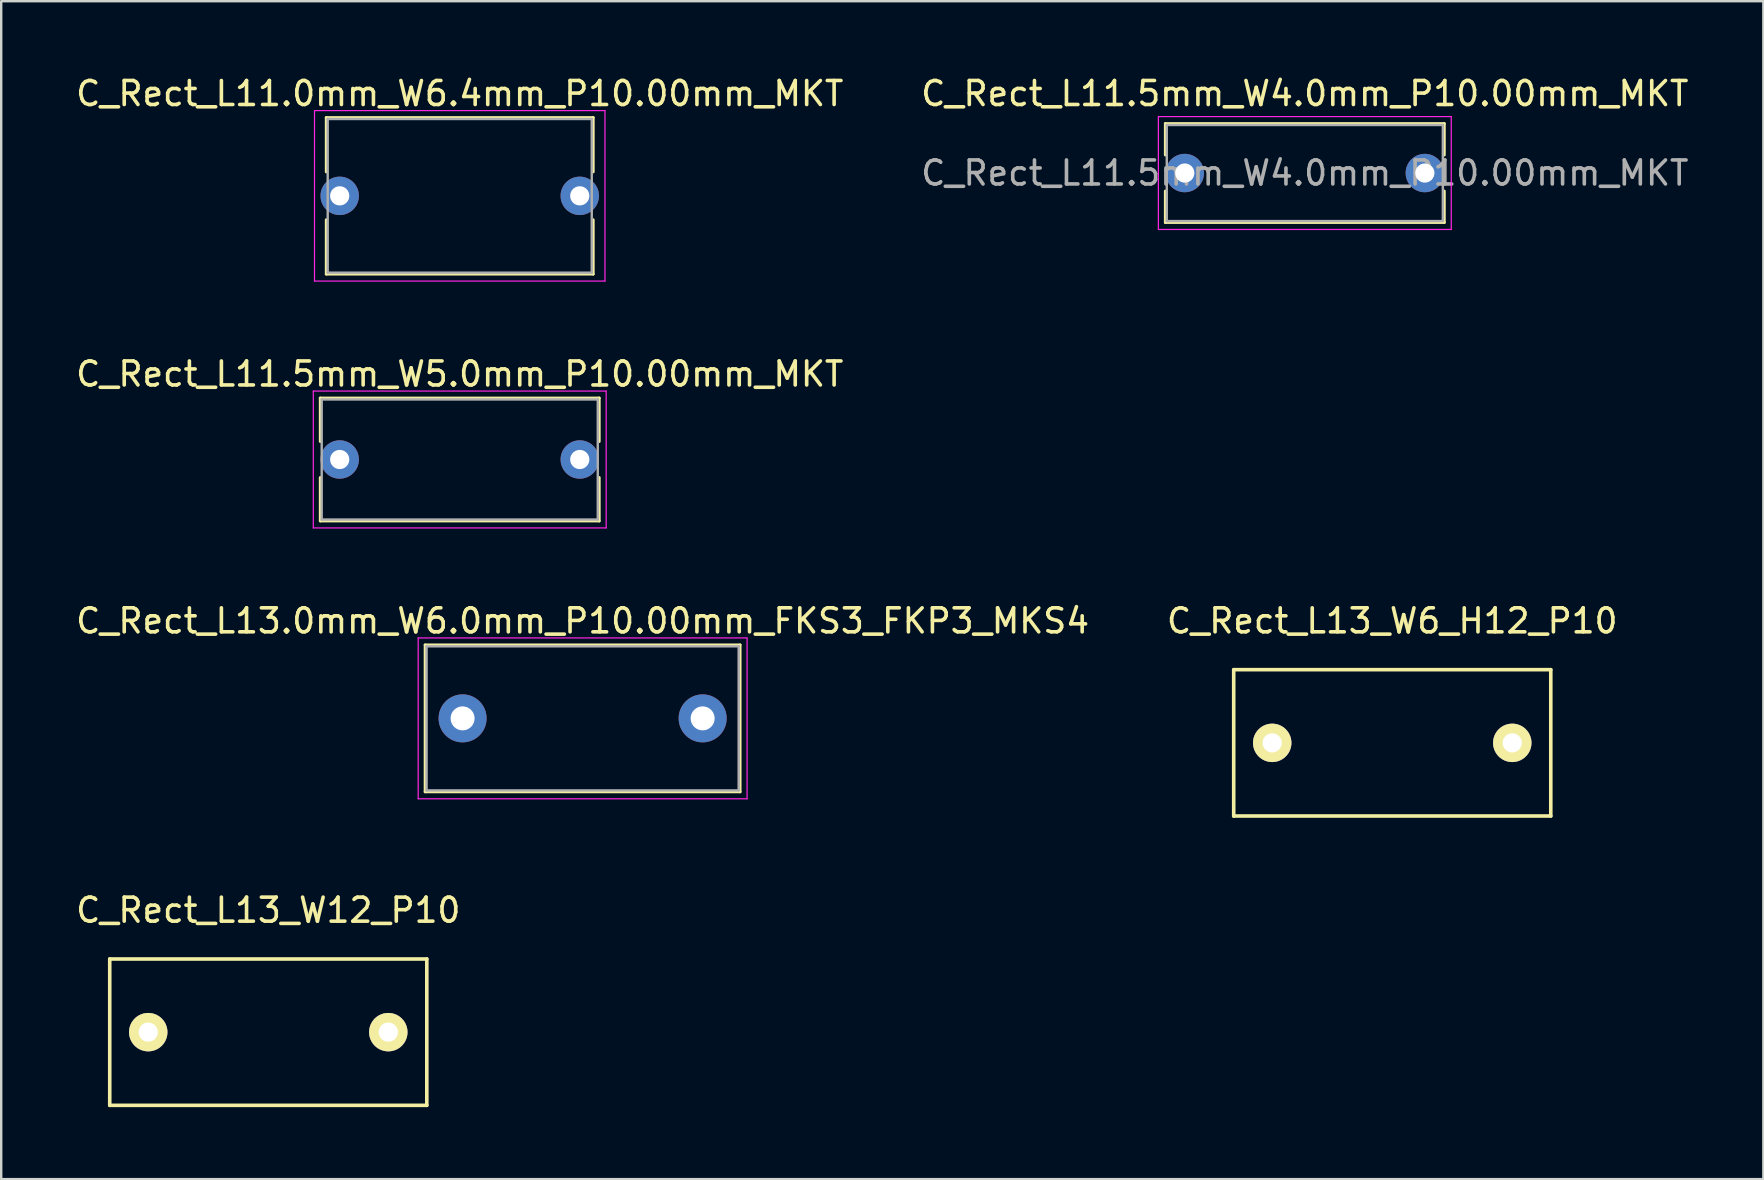
<source format=kicad_pcb>
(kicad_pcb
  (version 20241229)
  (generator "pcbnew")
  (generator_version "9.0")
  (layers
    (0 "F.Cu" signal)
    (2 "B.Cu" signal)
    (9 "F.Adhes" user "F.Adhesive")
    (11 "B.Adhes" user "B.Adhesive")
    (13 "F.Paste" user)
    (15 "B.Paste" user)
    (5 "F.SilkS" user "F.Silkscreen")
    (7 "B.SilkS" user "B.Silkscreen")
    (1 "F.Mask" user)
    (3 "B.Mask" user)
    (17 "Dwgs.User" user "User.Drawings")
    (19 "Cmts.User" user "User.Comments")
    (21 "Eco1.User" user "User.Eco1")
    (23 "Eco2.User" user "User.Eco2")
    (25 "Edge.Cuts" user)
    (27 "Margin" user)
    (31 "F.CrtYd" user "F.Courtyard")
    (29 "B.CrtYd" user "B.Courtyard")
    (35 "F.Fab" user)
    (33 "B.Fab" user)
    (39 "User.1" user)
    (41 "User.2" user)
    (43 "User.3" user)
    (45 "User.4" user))
  (footprint "C_Rect_L13_W12_P10"
    (layer "F.Cu")
    (at 8.125 39.946)
    (property "Reference" "C_Rect_L13_W12_P10" (at 0 -5.08 0) (layer "F.SilkS") (effects (font (size 1 1) (thickness 0.15))))
    (attr through_hole)
    (fp_line (start -6.604 -3.048) (end -6.604 3.048) (stroke (width 0.15) (type solid)) (layer "F.SilkS"))
    (fp_line (start -6.604 3.048) (end 6.604 3.048) (stroke (width 0.15) (type solid)) (layer "F.SilkS"))
    (fp_line (start 6.604 -3.048) (end -6.604 -3.048) (stroke (width 0.15) (type solid)) (layer "F.SilkS"))
    (fp_line (start 6.604 3.048) (end 6.604 -3.048) (stroke (width 0.15) (type solid)) (layer "F.SilkS"))
    (pad "1" thru_hole circle (at -5 0) (size 1.6 1.6) (drill 0.8) (layers "*.Cu" "*.Mask" "F.SilkS"))
    (pad "2" thru_hole circle (at 5 0) (size 1.6 1.6) (drill 0.8) (layers "*.Cu" "*.Mask" "F.SilkS")))
  (footprint "C_Rect_L11.5mm_W4.0mm_P10.00mm_MKT"
    (layer "F.Cu")
    (at 46.304 4.158)
    (property "Reference" "C_Rect_L11.5mm_W4.0mm_P10.00mm_MKT" (at 5 -3.31 0) (layer "F.SilkS") (effects (font (size 1 1) (thickness 0.15))))
    (attr through_hole)
    (fp_line (start -0.81 -2.06) (end -0.81 -0.75) (stroke (width 0.12) (type solid)) (layer "F.SilkS"))
    (fp_line (start -0.81 -2.06) (end 10.81 -2.06) (stroke (width 0.12) (type solid)) (layer "F.SilkS"))
    (fp_line (start -0.81 0.75) (end -0.81 2.06) (stroke (width 0.12) (type solid)) (layer "F.SilkS"))
    (fp_line (start -0.81 2.06) (end 10.81 2.06) (stroke (width 0.12) (type solid)) (layer "F.SilkS"))
    (fp_line (start 10.81 -2.06) (end 10.81 -0.75) (stroke (width 0.12) (type solid)) (layer "F.SilkS"))
    (fp_line (start 10.81 0.75) (end 10.81 2.06) (stroke (width 0.12) (type solid)) (layer "F.SilkS"))
    (fp_line (start -1.1 -2.35) (end -1.1 2.35) (stroke (width 0.05) (type solid)) (layer "F.CrtYd"))
    (fp_line (start -1.1 2.35) (end 11.1 2.35) (stroke (width 0.05) (type solid)) (layer "F.CrtYd"))
    (fp_line (start 11.1 -2.35) (end -1.1 -2.35) (stroke (width 0.05) (type solid)) (layer "F.CrtYd"))
    (fp_line (start 11.1 2.35) (end 11.1 -2.35) (stroke (width 0.05) (type solid)) (layer "F.CrtYd"))
    (fp_line (start -0.75 -2) (end -0.75 2) (stroke (width 0.1) (type solid)) (layer "F.Fab"))
    (fp_line (start -0.75 2) (end 10.75 2) (stroke (width 0.1) (type solid)) (layer "F.Fab"))
    (fp_line (start 10.75 -2) (end -0.75 -2) (stroke (width 0.1) (type solid)) (layer "F.Fab"))
    (fp_line (start 10.75 2) (end 10.75 -2) (stroke (width 0.1) (type solid)) (layer "F.Fab"))
    (fp_text user "${REFERENCE}" (at 5 0 0) (layer "F.Fab") (effects (font (size 1 1) (thickness 0.15))))
    (pad "1" thru_hole circle (at 0 0) (size 1.6 1.6) (drill 0.8) (layers "*.Cu" "*.Mask"))
    (pad "2" thru_hole circle (at 10 0) (size 1.6 1.6) (drill 0.8) (layers "*.Cu" "*.Mask")))
  (footprint "C_Rect_L13.0mm_W6.0mm_P10.00mm_FKS3_FKP3_MKS4"
    (layer "F.Cu")
    (at 16.22 26.875)
    (property "Reference" "C_Rect_L13.0mm_W6.0mm_P10.00mm_FKS3_FKP3_MKS4" (at 5 -4.06 0) (layer "F.SilkS") (effects (font (size 1 1) (thickness 0.15))))
    (attr through_hole)
    (fp_line (start -1.56 -3.06) (end -1.56 3.06) (stroke (width 0.12) (type solid)) (layer "F.SilkS"))
    (fp_line (start -1.56 -3.06) (end 11.56 -3.06) (stroke (width 0.12) (type solid)) (layer "F.SilkS"))
    (fp_line (start -1.56 3.06) (end 11.56 3.06) (stroke (width 0.12) (type solid)) (layer "F.SilkS"))
    (fp_line (start 11.56 -3.06) (end 11.56 3.06) (stroke (width 0.12) (type solid)) (layer "F.SilkS"))
    (fp_line (start -1.85 -3.35) (end -1.85 3.35) (stroke (width 0.05) (type solid)) (layer "F.CrtYd"))
    (fp_line (start -1.85 3.35) (end 11.85 3.35) (stroke (width 0.05) (type solid)) (layer "F.CrtYd"))
    (fp_line (start 11.85 -3.35) (end -1.85 -3.35) (stroke (width 0.05) (type solid)) (layer "F.CrtYd"))
    (fp_line (start 11.85 3.35) (end 11.85 -3.35) (stroke (width 0.05) (type solid)) (layer "F.CrtYd"))
    (fp_line (start -1.5 -3) (end -1.5 3) (stroke (width 0.1) (type solid)) (layer "F.Fab"))
    (fp_line (start -1.5 3) (end 11.5 3) (stroke (width 0.1) (type solid)) (layer "F.Fab"))
    (fp_line (start 11.5 -3) (end -1.5 -3) (stroke (width 0.1) (type solid)) (layer "F.Fab"))
    (fp_line (start 11.5 3) (end 11.5 -3) (stroke (width 0.1) (type solid)) (layer "F.Fab"))
    (pad "1" thru_hole circle (at 0 0) (size 2 2) (drill 1) (layers "*.Cu" "*.Mask"))
    (pad "2" thru_hole circle (at 10 0) (size 2 2) (drill 1) (layers "*.Cu" "*.Mask")))
  (footprint "C_Rect_L11.0mm_W6.4mm_P10.00mm_MKT"
    (layer "F.Cu")
    (at 11.101 5.108)
    (property "Reference" "C_Rect_L11.0mm_W6.4mm_P10.00mm_MKT" (at 5 -4.26 0) (layer "F.SilkS") (effects (font (size 1 1) (thickness 0.15))))
    (attr through_hole)
    (fp_line (start -0.56 -3.26) (end -0.56 -0.996) (stroke (width 0.12) (type solid)) (layer "F.SilkS"))
    (fp_line (start -0.56 -3.26) (end 10.56 -3.26) (stroke (width 0.12) (type solid)) (layer "F.SilkS"))
    (fp_line (start -0.56 0.996) (end -0.56 3.26) (stroke (width 0.12) (type solid)) (layer "F.SilkS"))
    (fp_line (start -0.56 3.26) (end 10.56 3.26) (stroke (width 0.12) (type solid)) (layer "F.SilkS"))
    (fp_line (start 10.56 -3.26) (end 10.56 -0.996) (stroke (width 0.12) (type solid)) (layer "F.SilkS"))
    (fp_line (start 10.56 0.996) (end 10.56 3.26) (stroke (width 0.12) (type solid)) (layer "F.SilkS"))
    (fp_line (start -1.05 -3.55) (end -1.05 3.55) (stroke (width 0.05) (type solid)) (layer "F.CrtYd"))
    (fp_line (start -1.05 3.55) (end 11.05 3.55) (stroke (width 0.05) (type solid)) (layer "F.CrtYd"))
    (fp_line (start 11.05 -3.55) (end -1.05 -3.55) (stroke (width 0.05) (type solid)) (layer "F.CrtYd"))
    (fp_line (start 11.05 3.55) (end 11.05 -3.55) (stroke (width 0.05) (type solid)) (layer "F.CrtYd"))
    (fp_line (start -0.5 -3.2) (end -0.5 3.2) (stroke (width 0.1) (type solid)) (layer "F.Fab"))
    (fp_line (start -0.5 3.2) (end 10.5 3.2) (stroke (width 0.1) (type solid)) (layer "F.Fab"))
    (fp_line (start 10.5 -3.2) (end -0.5 -3.2) (stroke (width 0.1) (type solid)) (layer "F.Fab"))
    (fp_line (start 10.5 3.2) (end 10.5 -3.2) (stroke (width 0.1) (type solid)) (layer "F.Fab"))
    (pad "1" thru_hole circle (at 0 0) (size 1.6 1.6) (drill 0.8) (layers "*.Cu" "*.Mask"))
    (pad "2" thru_hole circle (at 10 0) (size 1.6 1.6) (drill 0.8) (layers "*.Cu" "*.Mask")))
  (footprint "C_Rect_L13_W6_H12_P10"
    (layer "F.Cu")
    (at 54.946 27.895)
    (property "Reference" "C_Rect_L13_W6_H12_P10" (at 0 -5.08 0) (layer "F.SilkS") (effects (font (size 1 1) (thickness 0.15))))
    (attr through_hole)
    (fp_line (start -6.604 -3.048) (end -6.604 3.048) (stroke (width 0.15) (type solid)) (layer "F.SilkS"))
    (fp_line (start -6.604 3.048) (end 6.604 3.048) (stroke (width 0.15) (type solid)) (layer "F.SilkS"))
    (fp_line (start 6.604 -3.048) (end -6.604 -3.048) (stroke (width 0.15) (type solid)) (layer "F.SilkS"))
    (fp_line (start 6.604 3.048) (end 6.604 -3.048) (stroke (width 0.15) (type solid)) (layer "F.SilkS"))
    (pad "1" thru_hole circle (at -5 0) (size 1.6 1.6) (drill 0.8) (layers "*.Cu" "*.Mask" "F.SilkS"))
    (pad "2" thru_hole circle (at 5 0) (size 1.6 1.6) (drill 0.8) (layers "*.Cu" "*.Mask" "F.SilkS")))
  (footprint "C_Rect_L11.5mm_W5.0mm_P10.00mm_MKT"
    (layer "F.Cu")
    (at 11.101 16.091)
    (property "Reference" "C_Rect_L11.5mm_W5.0mm_P10.00mm_MKT" (at 5 -3.56 0) (layer "F.SilkS") (effects (font (size 1 1) (thickness 0.15))))
    (attr through_hole)
    (fp_line (start -0.81 -2.56) (end -0.81 -0.75) (stroke (width 0.12) (type solid)) (layer "F.SilkS"))
    (fp_line (start -0.81 -2.56) (end 10.81 -2.56) (stroke (width 0.12) (type solid)) (layer "F.SilkS"))
    (fp_line (start -0.81 0.75) (end -0.81 2.56) (stroke (width 0.12) (type solid)) (layer "F.SilkS"))
    (fp_line (start -0.81 2.56) (end 10.81 2.56) (stroke (width 0.12) (type solid)) (layer "F.SilkS"))
    (fp_line (start 10.81 -2.56) (end 10.81 -0.75) (stroke (width 0.12) (type solid)) (layer "F.SilkS"))
    (fp_line (start 10.81 0.75) (end 10.81 2.56) (stroke (width 0.12) (type solid)) (layer "F.SilkS"))
    (fp_line (start -1.1 -2.85) (end -1.1 2.85) (stroke (width 0.05) (type solid)) (layer "F.CrtYd"))
    (fp_line (start -1.1 2.85) (end 11.1 2.85) (stroke (width 0.05) (type solid)) (layer "F.CrtYd"))
    (fp_line (start 11.1 -2.85) (end -1.1 -2.85) (stroke (width 0.05) (type solid)) (layer "F.CrtYd"))
    (fp_line (start 11.1 2.85) (end 11.1 -2.85) (stroke (width 0.05) (type solid)) (layer "F.CrtYd"))
    (fp_line (start -0.75 -2.5) (end -0.75 2.5) (stroke (width 0.1) (type solid)) (layer "F.Fab"))
    (fp_line (start -0.75 2.5) (end 10.75 2.5) (stroke (width 0.1) (type solid)) (layer "F.Fab"))
    (fp_line (start 10.75 -2.5) (end -0.75 -2.5) (stroke (width 0.1) (type solid)) (layer "F.Fab"))
    (fp_line (start 10.75 2.5) (end 10.75 -2.5) (stroke (width 0.1) (type solid)) (layer "F.Fab"))
    (pad "1" thru_hole circle (at 0 0) (size 1.6 1.6) (drill 0.8) (layers "*.Cu" "*.Mask"))
    (pad "2" thru_hole circle (at 10 0) (size 1.6 1.6) (drill 0.8) (layers "*.Cu" "*.Mask")))
  (gr_rect
    (start -3 -3)
    (end 70.405 46.069)
    (stroke (width 0.1) (type default))
    (fill no)
    (layer "Edge.Cuts")))
</source>
